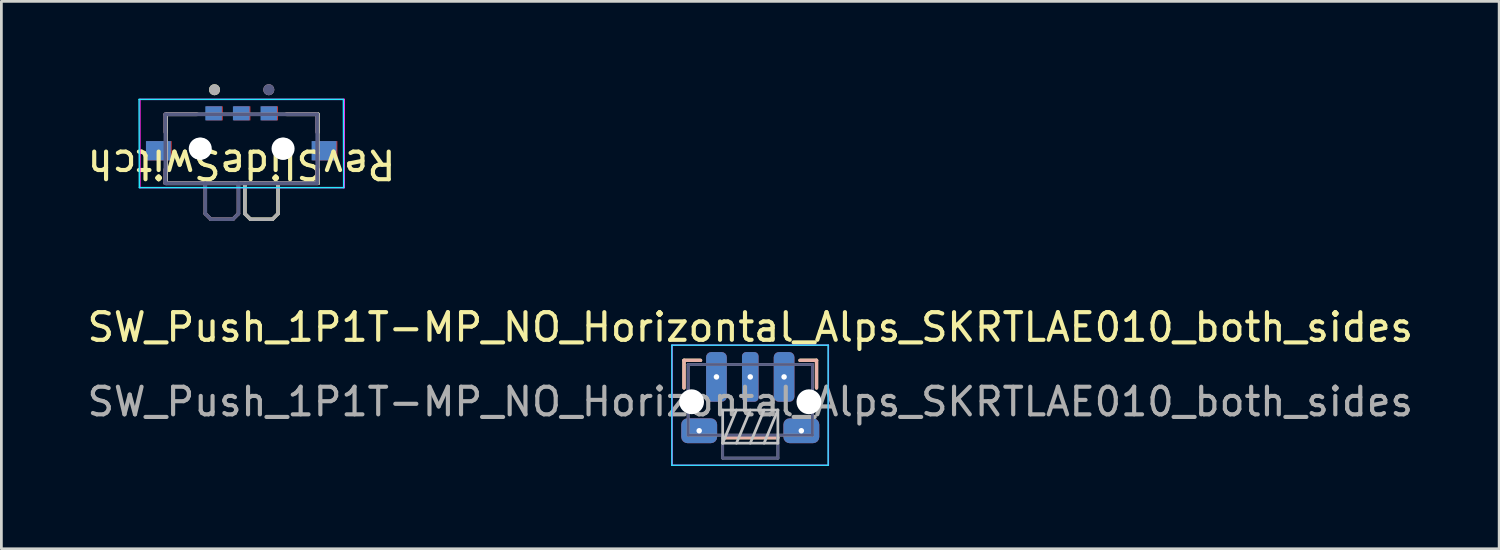
<source format=kicad_pcb>
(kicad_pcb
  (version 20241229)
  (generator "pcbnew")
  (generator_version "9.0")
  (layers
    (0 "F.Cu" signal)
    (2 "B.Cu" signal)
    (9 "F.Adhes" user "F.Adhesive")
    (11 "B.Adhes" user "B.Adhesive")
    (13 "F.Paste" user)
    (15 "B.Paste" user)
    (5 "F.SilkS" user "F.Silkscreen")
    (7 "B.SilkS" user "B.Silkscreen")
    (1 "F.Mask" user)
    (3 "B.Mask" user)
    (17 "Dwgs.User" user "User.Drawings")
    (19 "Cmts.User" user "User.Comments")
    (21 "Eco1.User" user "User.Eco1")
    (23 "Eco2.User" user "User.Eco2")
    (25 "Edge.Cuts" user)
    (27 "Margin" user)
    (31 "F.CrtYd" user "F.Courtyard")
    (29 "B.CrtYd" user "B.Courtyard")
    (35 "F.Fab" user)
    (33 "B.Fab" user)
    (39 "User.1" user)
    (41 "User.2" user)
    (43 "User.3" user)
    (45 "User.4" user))
  (footprint "SW_Push_1P1T-MP_NO_Horizontal_Alps_SKRTLAE010_both_sides"
    (layer "F.Cu")
    (at 24.125 11.502)
    (property "Reference" "SW_Push_1P1T-MP_NO_Horizontal_Alps_SKRTLAE010_both_sides" (at 0 -2.7 180) (layer "F.SilkS") (effects (font (size 1 1) (thickness 0.15))))
    (attr smd)
    (fp_line (start -2.4 -1.5) (end -2.4 -0.5) (stroke (width 0.12) (type solid)) (layer "F.SilkS"))
    (fp_line (start -1.8 -1.5) (end -2.4 -1.5) (stroke (width 0.12) (type solid)) (layer "F.SilkS"))
    (fp_line (start -1 1.3) (end 1 1.3) (stroke (width 0.12) (type solid)) (layer "F.SilkS"))
    (fp_line (start 1.8 -1.5) (end 2.4 -1.5) (stroke (width 0.12) (type solid)) (layer "F.SilkS"))
    (fp_line (start 2.4 -1.5) (end 2.4 -0.5) (stroke (width 0.12) (type solid)) (layer "F.SilkS"))
    (fp_line (start -2.4 -1.5) (end -2.4 -0.5) (stroke (width 0.12) (type solid)) (layer "B.SilkS"))
    (fp_line (start -1.8 -1.5) (end -2.4 -1.5) (stroke (width 0.12) (type solid)) (layer "B.SilkS"))
    (fp_line (start 1 1.3) (end -1 1.3) (stroke (width 0.12) (type solid)) (layer "B.SilkS"))
    (fp_line (start 1.8 -1.5) (end 2.4 -1.5) (stroke (width 0.12) (type solid)) (layer "B.SilkS"))
    (fp_line (start 2.4 -1.5) (end 2.4 -0.5) (stroke (width 0.12) (type solid)) (layer "B.SilkS"))
    (fp_line (start -1 0.3) (end -1 1.5) (stroke (width 0.1) (type solid)) (layer "Dwgs.User"))
    (fp_line (start -1 1.5) (end -0.5 0.3) (stroke (width 0.1) (type solid)) (layer "Dwgs.User"))
    (fp_line (start -1 1.5) (end 1 1.5) (stroke (width 0.1) (type solid)) (layer "Dwgs.User"))
    (fp_line (start -0.5 1.5) (end 0 0.3) (stroke (width 0.1) (type solid)) (layer "Dwgs.User"))
    (fp_line (start 0 1.5) (end 0.5 0.3) (stroke (width 0.1) (type solid)) (layer "Dwgs.User"))
    (fp_line (start 0.5 1.5) (end 1 0.3) (stroke (width 0.1) (type solid)) (layer "Dwgs.User"))
    (fp_line (start 1 0.3) (end -1 0.3) (stroke (width 0.1) (type solid)) (layer "Dwgs.User"))
    (fp_line (start 1 1.5) (end 1 0.3) (stroke (width 0.1) (type solid)) (layer "Dwgs.User"))
    (fp_line (start -2.84 -2.05) (end -2.84 2.3) (stroke (width 0.05) (type solid)) (layer "B.CrtYd"))
    (fp_line (start 2.82 -2.05) (end -2.84 -2.05) (stroke (width 0.05) (type solid)) (layer "B.CrtYd"))
    (fp_line (start 2.82 -2.05) (end 2.82 2.3) (stroke (width 0.05) (type solid)) (layer "B.CrtYd"))
    (fp_line (start 2.82 2.3) (end -2.84 2.3) (stroke (width 0.05) (type solid)) (layer "B.CrtYd"))
    (fp_line (start -2.83 -2.05) (end -2.83 2.3) (stroke (width 0.05) (type solid)) (layer "F.CrtYd"))
    (fp_line (start -2.83 -2.05) (end 2.83 -2.05) (stroke (width 0.05) (type solid)) (layer "F.CrtYd"))
    (fp_line (start -2.83 2.3) (end 2.83 2.3) (stroke (width 0.05) (type solid)) (layer "F.CrtYd"))
    (fp_line (start 2.83 -2.05) (end 2.83 2.3) (stroke (width 0.05) (type solid)) (layer "F.CrtYd"))
    (fp_line (start -2.25 -1.35) (end -2.25 1.21) (stroke (width 0.1) (type solid)) (layer "B.Fab"))
    (fp_line (start -1 2.04) (end -1 1.21) (stroke (width 0.1) (type solid)) (layer "B.Fab"))
    (fp_line (start 1 2.04) (end -1 2.04) (stroke (width 0.1) (type solid)) (layer "B.Fab"))
    (fp_line (start 1 2.04) (end 1 1.21) (stroke (width 0.1) (type solid)) (layer "B.Fab"))
    (fp_line (start 2.25 -1.35) (end -2.25 -1.35) (stroke (width 0.1) (type solid)) (layer "B.Fab"))
    (fp_line (start 2.25 -1.35) (end 2.25 1.21) (stroke (width 0.1) (type solid)) (layer "B.Fab"))
    (fp_line (start 2.25 1.21) (end -2.25 1.21) (stroke (width 0.1) (type solid)) (layer "B.Fab"))
    (fp_line (start -2.25 -1.35) (end -2.25 1.21) (stroke (width 0.1) (type solid)) (layer "F.Fab"))
    (fp_line (start -2.25 -1.35) (end 2.25 -1.35) (stroke (width 0.1) (type solid)) (layer "F.Fab"))
    (fp_line (start -2.25 1.21) (end 2.25 1.21) (stroke (width 0.1) (type solid)) (layer "F.Fab"))
    (fp_line (start -1 2.04) (end -1 1.21) (stroke (width 0.1) (type solid)) (layer "F.Fab"))
    (fp_line (start -1 2.04) (end 1 2.04) (stroke (width 0.1) (type solid)) (layer "F.Fab"))
    (fp_line (start 1 2.04) (end 1 1.21) (stroke (width 0.1) (type solid)) (layer "F.Fab"))
    (fp_line (start 2.25 -1.35) (end 2.25 1.21) (stroke (width 0.1) (type solid)) (layer "F.Fab"))
    (fp_text user "${REFERENCE}" (at 0 0 180) (layer "F.Fab") (effects (font (size 1 1) (thickness 0.15))))
    (pad "" np_thru_hole circle (at -2.125 0) (size 0.9 0.9) (drill 0.9) (layers "*.Cu" "*.Mask"))
    (pad "" np_thru_hole circle (at 2.125 0) (size 0.9 0.9) (drill 0.9) (layers "*.Cu" "*.Mask"))
    (pad "1" thru_hole roundrect (at -1.225 -0.9) (size 0.75 1.8) (drill 0.2) (layers "*.Cu" "*.Mask") (roundrect_rratio 0.25))
    (pad "1" thru_hole roundrect (at 1.225 -0.9) (size 0.75 1.8) (drill 0.2) (layers "*.Cu" "*.Mask") (roundrect_rratio 0.25))
    (pad "2" thru_hole roundrect (at 0 -0.9) (size 0.6 1.8) (drill 0.2) (layers "*.Cu" "*.Mask") (roundrect_rratio 0.25))
    (pad "MP" thru_hole roundrect (at -1.85 1.05) (size 1.3 0.9) (drill 0.2) (layers "*.Cu" "*.Mask") (roundrect_rratio 0.25))
    (pad "MP" thru_hole roundrect (at 1.85 1.05) (size 1.3 0.9) (drill 0.2) (layers "*.Cu" "*.Mask") (roundrect_rratio 0.25)))
  (footprint "RevSlideSwitch"
    (layer "F.Cu")
    (at 5.796 2.346)
    (property "Reference" "RevSlideSwitch" (at -0.1 0.55 180) (unlocked yes) (layer "F.SilkS") (effects (font (size 1 1) (thickness 0.15))))
    (attr smd)
    (fp_line (start -2.826 -1.256) (end -1.696 -1.256) (stroke (width 0.127) (type solid)) (layer "F.SilkS"))
    (fp_line (start -2.826 -0.606) (end -2.826 -1.256) (stroke (width 0.127) (type solid)) (layer "F.SilkS"))
    (fp_line (start -2.826 1.244) (end -2.826 0.734) (stroke (width 0.127) (type solid)) (layer "F.SilkS"))
    (fp_line (start 0.024 1.244) (end -2.826 1.244) (stroke (width 0.127) (type solid)) (layer "F.SilkS"))
    (fp_line (start 0.024 1.244) (end 0.024 2.344) (stroke (width 0.127) (type solid)) (layer "F.SilkS"))
    (fp_line (start 0.024 2.344) (end 0.224 2.544) (stroke (width 0.127) (type solid)) (layer "F.SilkS"))
    (fp_line (start 0.224 2.544) (end 1.024 2.544) (stroke (width 0.127) (type solid)) (layer "F.SilkS"))
    (fp_line (start 1.024 2.544) (end 1.224 2.344) (stroke (width 0.127) (type solid)) (layer "F.SilkS"))
    (fp_line (start 1.224 1.244) (end 0.024 1.244) (stroke (width 0.127) (type solid)) (layer "F.SilkS"))
    (fp_line (start 1.224 2.344) (end 1.224 1.244) (stroke (width 0.127) (type solid)) (layer "F.SilkS"))
    (fp_line (start 1.544 -1.256) (end 2.674 -1.256) (stroke (width 0.127) (type solid)) (layer "F.SilkS"))
    (fp_line (start 2.674 -1.256) (end 2.674 -0.606) (stroke (width 0.127) (type solid)) (layer "F.SilkS"))
    (fp_line (start 2.674 1.244) (end 1.224 1.244) (stroke (width 0.127) (type solid)) (layer "F.SilkS"))
    (fp_line (start 2.674 1.244) (end 2.674 0.734) (stroke (width 0.127) (type solid)) (layer "F.SilkS"))
    (fp_circle (center -1.076 -2.146) (end -0.976 -2.146) (stroke (width 0.2) (type solid)) (fill no) (layer "F.SilkS"))
    (fp_line (start -2.86 -1.256) (end -2.86 -0.606) (stroke (width 0.127) (type solid)) (layer "B.SilkS"))
    (fp_line (start -2.86 1.244) (end -2.86 0.734) (stroke (width 0.127) (type solid)) (layer "B.SilkS"))
    (fp_line (start -2.86 1.244) (end -1.41 1.244) (stroke (width 0.127) (type solid)) (layer "B.SilkS"))
    (fp_line (start -1.73 -1.256) (end -2.86 -1.256) (stroke (width 0.127) (type solid)) (layer "B.SilkS"))
    (fp_line (start -1.41 1.244) (end -0.21 1.244) (stroke (width 0.127) (type solid)) (layer "B.SilkS"))
    (fp_line (start -1.41 2.344) (end -1.41 1.244) (stroke (width 0.127) (type solid)) (layer "B.SilkS"))
    (fp_line (start -1.21 2.544) (end -1.41 2.344) (stroke (width 0.127) (type solid)) (layer "B.SilkS"))
    (fp_line (start -0.41 2.544) (end -1.21 2.544) (stroke (width 0.127) (type solid)) (layer "B.SilkS"))
    (fp_line (start -0.21 1.244) (end -0.21 2.344) (stroke (width 0.127) (type solid)) (layer "B.SilkS"))
    (fp_line (start -0.21 1.244) (end 2.64 1.244) (stroke (width 0.127) (type solid)) (layer "B.SilkS"))
    (fp_line (start -0.21 2.344) (end -0.41 2.544) (stroke (width 0.127) (type solid)) (layer "B.SilkS"))
    (fp_line (start 2.64 -1.256) (end 1.51 -1.256) (stroke (width 0.127) (type solid)) (layer "B.SilkS"))
    (fp_line (start 2.64 -0.606) (end 2.64 -1.256) (stroke (width 0.127) (type solid)) (layer "B.SilkS"))
    (fp_line (start 2.64 1.244) (end 2.64 0.734) (stroke (width 0.127) (type solid)) (layer "B.SilkS"))
    (fp_circle (center 0.89 -2.146) (end 0.79 -2.146) (stroke (width 0.2) (type solid)) (fill no) (layer "B.SilkS"))
    (fp_line (start -3.81 -1.796) (end 3.59 -1.796) (stroke (width 0.05) (type solid)) (layer "B.CrtYd"))
    (fp_line (start -3.8 1.4) (end -3.81 -1.796) (stroke (width 0.05) (type solid)) (layer "B.CrtYd"))
    (fp_line (start -3.8 1.4) (end 3.6 1.4) (stroke (width 0.05) (type solid)) (layer "B.CrtYd"))
    (fp_line (start 3.59 -1.796) (end 3.6 1.4) (stroke (width 0.05) (type solid)) (layer "B.CrtYd"))
    (fp_line (start -3.776 -1.796) (end -3.776 1.4) (stroke (width 0.05) (type solid)) (layer "F.CrtYd"))
    (fp_line (start -3.776 1.4) (end 3.624 1.4) (stroke (width 0.05) (type solid)) (layer "F.CrtYd"))
    (fp_line (start 3.624 -1.796) (end -3.776 -1.796) (stroke (width 0.05) (type solid)) (layer "F.CrtYd"))
    (fp_line (start 3.624 1.4) (end 3.624 -1.796) (stroke (width 0.05) (type solid)) (layer "F.CrtYd"))
    (fp_line (start -2.86 -1.256) (end -2.86 1.244) (stroke (width 0.127) (type solid)) (layer "B.Fab"))
    (fp_line (start -2.86 1.244) (end -1.41 1.244) (stroke (width 0.127) (type solid)) (layer "B.Fab"))
    (fp_line (start -1.41 1.244) (end -0.21 1.244) (stroke (width 0.127) (type solid)) (layer "B.Fab"))
    (fp_line (start -1.41 2.344) (end -1.41 1.244) (stroke (width 0.127) (type solid)) (layer "B.Fab"))
    (fp_line (start -1.21 2.544) (end -1.41 2.344) (stroke (width 0.127) (type solid)) (layer "B.Fab"))
    (fp_line (start -0.41 2.544) (end -1.21 2.544) (stroke (width 0.127) (type solid)) (layer "B.Fab"))
    (fp_line (start -0.21 1.244) (end -0.21 2.344) (stroke (width 0.127) (type solid)) (layer "B.Fab"))
    (fp_line (start -0.21 1.244) (end 2.64 1.244) (stroke (width 0.127) (type solid)) (layer "B.Fab"))
    (fp_line (start -0.21 2.344) (end -0.41 2.544) (stroke (width 0.127) (type solid)) (layer "B.Fab"))
    (fp_line (start 2.64 -1.256) (end -2.86 -1.256) (stroke (width 0.127) (type solid)) (layer "B.Fab"))
    (fp_line (start 2.64 1.244) (end 2.64 -1.256) (stroke (width 0.127) (type solid)) (layer "B.Fab"))
    (fp_circle (center 0.89 -2.146) (end 0.79 -2.146) (stroke (width 0.2) (type solid)) (fill no) (layer "B.Fab"))
    (fp_line (start -2.826 -1.256) (end 2.674 -1.256) (stroke (width 0.127) (type solid)) (layer "F.Fab"))
    (fp_line (start -2.826 1.244) (end -2.826 -1.256) (stroke (width 0.127) (type solid)) (layer "F.Fab"))
    (fp_line (start 0.024 1.244) (end -2.826 1.244) (stroke (width 0.127) (type solid)) (layer "F.Fab"))
    (fp_line (start 0.024 1.244) (end 0.024 2.344) (stroke (width 0.127) (type solid)) (layer "F.Fab"))
    (fp_line (start 0.024 2.344) (end 0.224 2.544) (stroke (width 0.127) (type solid)) (layer "F.Fab"))
    (fp_line (start 0.224 2.544) (end 1.024 2.544) (stroke (width 0.127) (type solid)) (layer "F.Fab"))
    (fp_line (start 1.024 2.544) (end 1.224 2.344) (stroke (width 0.127) (type solid)) (layer "F.Fab"))
    (fp_line (start 1.224 1.244) (end 0.024 1.244) (stroke (width 0.127) (type solid)) (layer "F.Fab"))
    (fp_line (start 1.224 2.344) (end 1.224 1.244) (stroke (width 0.127) (type solid)) (layer "F.Fab"))
    (fp_line (start 2.674 -1.256) (end 2.674 1.244) (stroke (width 0.127) (type solid)) (layer "F.Fab"))
    (fp_line (start 2.674 1.244) (end 1.224 1.244) (stroke (width 0.127) (type solid)) (layer "F.Fab"))
    (fp_circle (center -1.076 -2.146) (end -0.976 -2.146) (stroke (width 0.2) (type solid)) (fill no) (layer "F.Fab"))
    (pad "" np_thru_hole circle (at -1.61 -0.011) (size 0.8 0.8) (drill 0.8) (layers "*.Cu" "*.Mask"))
    (pad "" np_thru_hole circle (at -1.576 -0.011) (size 0.8 0.8) (drill 0.8) (layers "*.Cu" "*.Mask"))
    (pad "" np_thru_hole circle (at 1.39 -0.011) (size 0.8 0.8) (drill 0.8) (layers "*.Cu" "*.Mask"))
    (pad "" np_thru_hole circle (at 1.424 -0.011) (size 0.8 0.8) (drill 0.8) (layers "*.Cu" "*.Mask"))
    (pad "1" smd rect (at -1.076 -1.291) (size 0.6 0.51) (layers "F.Cu" "F.Mask" "F.Paste"))
    (pad "1" smd rect (at 0.89 -1.291) (size 0.6 0.51) (layers "B.Cu" "B.Mask" "B.Paste"))
    (pad "2" smd rect (at -0.11 -1.291) (size 0.6 0.51) (layers "B.Cu" "B.Mask" "B.Paste"))
    (pad "2" smd rect (at -0.076 -1.291) (size 0.6 0.51) (layers "F.Cu" "F.Mask" "F.Paste"))
    (pad "3" smd rect (at -1.11 -1.291) (size 0.6 0.51) (layers "B.Cu" "B.Mask" "B.Paste"))
    (pad "3" smd rect (at 0.924 -1.291) (size 0.6 0.51) (layers "F.Cu" "F.Mask" "F.Paste"))
    (pad "S1" smd rect (at -3.11 0.064) (size 0.9 0.7) (layers "B.Cu" "B.Mask" "B.Paste"))
    (pad "S1" smd rect (at 2.924 0.064) (size 0.9 0.7) (layers "F.Cu" "F.Mask" "F.Paste"))
    (pad "S2" smd rect (at -3.076 0.064) (size 0.9 0.7) (layers "F.Cu" "F.Mask" "F.Paste"))
    (pad "S2" smd rect (at 2.89 0.064) (size 0.9 0.7) (layers "B.Cu" "B.Mask" "B.Paste")))
  (gr_rect
    (start -3 -3)
    (end 51.25 16.827)
    (stroke (width 0.1) (type default))
    (fill no)
    (layer "Edge.Cuts")))
</source>
